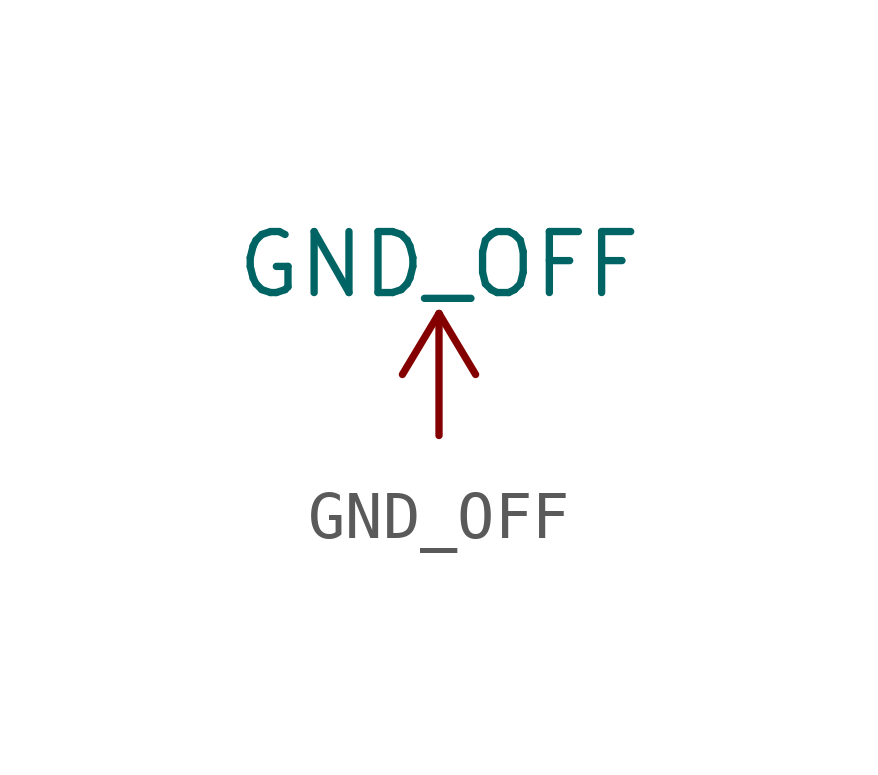
<source format=kicad_sym>
(kicad_symbol_lib
  (version 20211014)
  (generator kicad_symbol_editor)
  (symbol "GND_OFF"
    (power)
    (pin_names
      (offset 0))
    (property "Reference" "#PWR"
      (at 0 -3.81 0)
      (effects (font (size 1.27 1.27)) hide))
    (property "Value" "GND_OFF"
      (at 0 3.556 0)
      (effects (font (size 1.27 1.27))))
    (symbol "GND_OFF_0_1"
      (polyline (pts (xy -0.762 1.27) (xy 0 2.54)) (stroke (width 0) (type default) (color 0 0 0 0)) (fill (type none)))
      (polyline (pts (xy 0 0) (xy 0 2.54)) (stroke (width 0) (type default) (color 0 0 0 0)) (fill (type none)))
      (polyline (pts (xy 0 2.54) (xy 0.762 1.27)) (stroke (width 0) (type default) (color 0 0 0 0)) (fill (type none))))
    (symbol "GND_OFF_1_1"
      (pin power_in line (at 0 0 90) (length 0) hide (name "GND_OFF" (effects (font (size 1.27 1.27)))) (number "1" (effects (font (size 1.27 1.27))))))))
</source>
